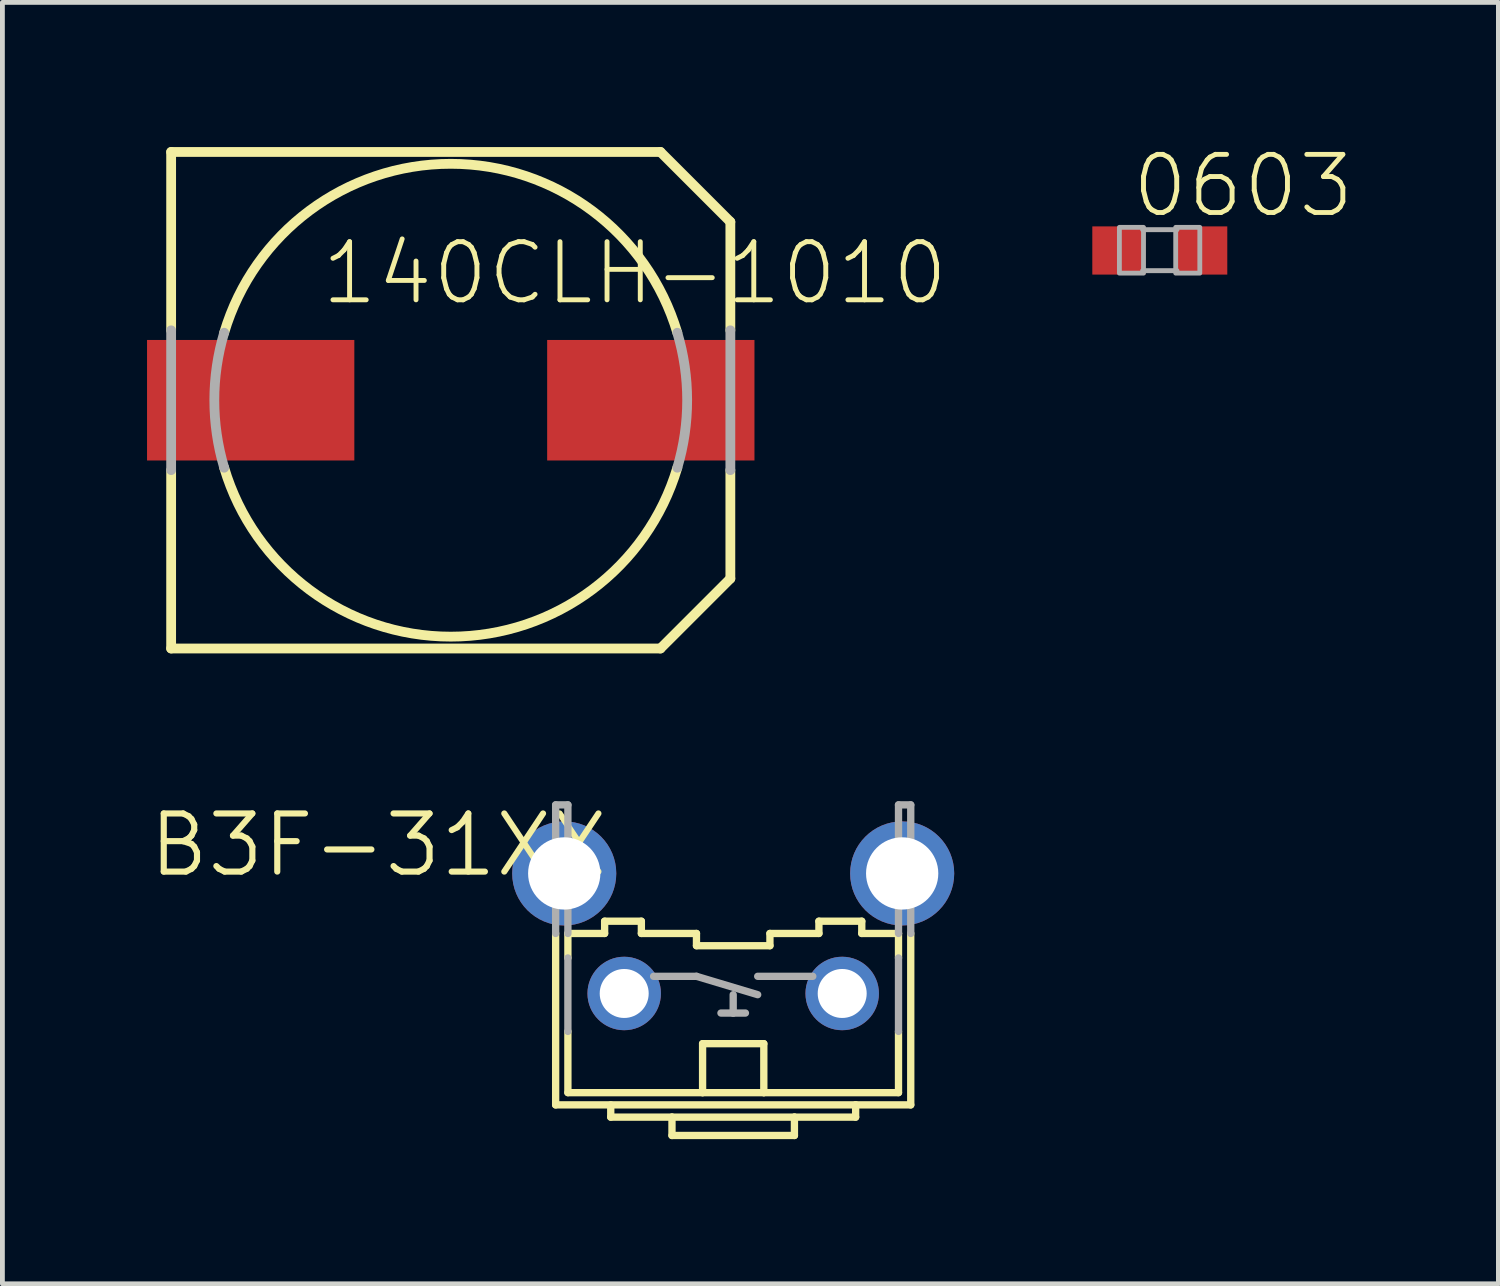
<source format=kicad_pcb>
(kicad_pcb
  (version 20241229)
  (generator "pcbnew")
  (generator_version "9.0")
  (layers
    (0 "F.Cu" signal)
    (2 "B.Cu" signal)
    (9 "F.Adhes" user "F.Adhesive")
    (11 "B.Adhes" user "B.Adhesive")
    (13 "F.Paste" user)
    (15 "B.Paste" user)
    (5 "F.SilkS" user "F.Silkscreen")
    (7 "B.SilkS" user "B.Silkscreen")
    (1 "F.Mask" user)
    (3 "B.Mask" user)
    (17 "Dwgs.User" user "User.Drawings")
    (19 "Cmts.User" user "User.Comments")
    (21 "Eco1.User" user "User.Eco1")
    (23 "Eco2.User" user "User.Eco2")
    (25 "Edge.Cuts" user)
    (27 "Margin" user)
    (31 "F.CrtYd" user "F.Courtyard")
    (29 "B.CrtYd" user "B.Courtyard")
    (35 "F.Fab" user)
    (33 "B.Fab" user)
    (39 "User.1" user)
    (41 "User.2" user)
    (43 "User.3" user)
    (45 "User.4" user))
  (footprint "B3F-31XX"
    (layer "F.Cu")
    (at 12.159 16.313)
    (property "Reference" "B3F-31XX" (at -2.54 -2.54 0) (layer "F.SilkS") (effects (font (size 1.206 1.206) (thickness 0.127)) (justify right top)))
    (attr through_hole)
    (fp_line (start -3.683 0) (end -3.683 3.556) (stroke (width 0.152) (type solid)) (layer "F.SilkS"))
    (fp_line (start -3.429 0) (end -2.667 0) (stroke (width 0.152) (type solid)) (layer "F.SilkS"))
    (fp_line (start -3.429 0.508) (end -3.429 0) (stroke (width 0.152) (type solid)) (layer "F.SilkS"))
    (fp_line (start -3.429 2.032) (end -3.429 3.302) (stroke (width 0.152) (type solid)) (layer "F.SilkS"))
    (fp_line (start -3.429 3.302) (end -0.635 3.302) (stroke (width 0.152) (type solid)) (layer "F.SilkS"))
    (fp_line (start -2.667 -0.254) (end -2.667 0) (stroke (width 0.152) (type solid)) (layer "F.SilkS"))
    (fp_line (start -2.667 -0.254) (end -1.905 -0.254) (stroke (width 0.152) (type solid)) (layer "F.SilkS"))
    (fp_line (start -2.54 3.556) (end -2.54 3.81) (stroke (width 0.152) (type solid)) (layer "F.SilkS"))
    (fp_line (start -2.54 3.81) (end -1.27 3.81) (stroke (width 0.152) (type solid)) (layer "F.SilkS"))
    (fp_line (start -1.905 0) (end -1.905 -0.254) (stroke (width 0.152) (type solid)) (layer "F.SilkS"))
    (fp_line (start -1.905 0) (end -0.762 0) (stroke (width 0.152) (type solid)) (layer "F.SilkS"))
    (fp_line (start -1.27 3.81) (end -1.27 4.191) (stroke (width 0.152) (type solid)) (layer "F.SilkS"))
    (fp_line (start -1.27 3.81) (end 1.27 3.81) (stroke (width 0.152) (type solid)) (layer "F.SilkS"))
    (fp_line (start -1.27 4.191) (end 1.27 4.191) (stroke (width 0.152) (type solid)) (layer "F.SilkS"))
    (fp_line (start -0.762 0.254) (end -0.762 0) (stroke (width 0.152) (type solid)) (layer "F.SilkS"))
    (fp_line (start -0.762 0.254) (end 0.762 0.254) (stroke (width 0.152) (type solid)) (layer "F.SilkS"))
    (fp_line (start -0.635 2.286) (end 0.635 2.286) (stroke (width 0.152) (type solid)) (layer "F.SilkS"))
    (fp_line (start -0.635 3.302) (end -0.635 2.286) (stroke (width 0.152) (type solid)) (layer "F.SilkS"))
    (fp_line (start -0.635 3.302) (end 0.635 3.302) (stroke (width 0.152) (type solid)) (layer "F.SilkS"))
    (fp_line (start 0.635 3.302) (end 0.635 2.286) (stroke (width 0.152) (type solid)) (layer "F.SilkS"))
    (fp_line (start 0.635 3.302) (end 3.429 3.302) (stroke (width 0.152) (type solid)) (layer "F.SilkS"))
    (fp_line (start 0.762 0) (end 0.762 0.254) (stroke (width 0.152) (type solid)) (layer "F.SilkS"))
    (fp_line (start 0.762 0) (end 1.778 0) (stroke (width 0.152) (type solid)) (layer "F.SilkS"))
    (fp_line (start 1.27 3.81) (end 1.27 4.191) (stroke (width 0.152) (type solid)) (layer "F.SilkS"))
    (fp_line (start 1.27 3.81) (end 2.54 3.81) (stroke (width 0.152) (type solid)) (layer "F.SilkS"))
    (fp_line (start 1.778 -0.254) (end 2.667 -0.254) (stroke (width 0.152) (type solid)) (layer "F.SilkS"))
    (fp_line (start 1.778 0) (end 1.778 -0.254) (stroke (width 0.152) (type solid)) (layer "F.SilkS"))
    (fp_line (start 2.54 3.556) (end -3.683 3.556) (stroke (width 0.152) (type solid)) (layer "F.SilkS"))
    (fp_line (start 2.54 3.556) (end 2.54 3.81) (stroke (width 0.152) (type solid)) (layer "F.SilkS"))
    (fp_line (start 2.667 0) (end 2.667 -0.254) (stroke (width 0.152) (type solid)) (layer "F.SilkS"))
    (fp_line (start 2.667 0) (end 3.429 0) (stroke (width 0.152) (type solid)) (layer "F.SilkS"))
    (fp_line (start 3.429 0.508) (end 3.429 0) (stroke (width 0.152) (type solid)) (layer "F.SilkS"))
    (fp_line (start 3.429 2.032) (end 3.429 3.302) (stroke (width 0.152) (type solid)) (layer "F.SilkS"))
    (fp_line (start 3.683 0) (end 3.683 3.556) (stroke (width 0.152) (type solid)) (layer "F.SilkS"))
    (fp_line (start 3.683 3.556) (end 2.54 3.556) (stroke (width 0.152) (type solid)) (layer "F.SilkS"))
    (fp_line (start -3.683 -2.667) (end -3.429 -2.667) (stroke (width 0.152) (type solid)) (layer "F.Fab"))
    (fp_line (start -3.683 0) (end -3.683 -2.667) (stroke (width 0.152) (type solid)) (layer "F.Fab"))
    (fp_line (start -3.429 -2.667) (end -3.429 0) (stroke (width 0.152) (type solid)) (layer "F.Fab"))
    (fp_line (start -3.429 0.508) (end -3.429 2.032) (stroke (width 0.152) (type solid)) (layer "F.Fab"))
    (fp_line (start -1.651 0.889) (end -0.762 0.889) (stroke (width 0.152) (type solid)) (layer "F.Fab"))
    (fp_line (start -0.762 0.889) (end 0.508 1.27) (stroke (width 0.152) (type solid)) (layer "F.Fab"))
    (fp_line (start -0.254 1.651) (end 0 1.651) (stroke (width 0.152) (type solid)) (layer "F.Fab"))
    (fp_line (start 0 1.27) (end 0 1.651) (stroke (width 0.152) (type solid)) (layer "F.Fab"))
    (fp_line (start 0 1.651) (end 0.254 1.651) (stroke (width 0.152) (type solid)) (layer "F.Fab"))
    (fp_line (start 0.508 0.889) (end 1.651 0.889) (stroke (width 0.152) (type solid)) (layer "F.Fab"))
    (fp_line (start 3.429 -2.667) (end 3.683 -2.667) (stroke (width 0.152) (type solid)) (layer "F.Fab"))
    (fp_line (start 3.429 0) (end 3.429 -2.667) (stroke (width 0.152) (type solid)) (layer "F.Fab"))
    (fp_line (start 3.429 0.508) (end 3.429 2.032) (stroke (width 0.152) (type solid)) (layer "F.Fab"))
    (fp_line (start 3.683 -2.667) (end 3.683 0) (stroke (width 0.152) (type solid)) (layer "F.Fab"))
    (pad "1" thru_hole circle (at -2.261 1.245) (size 1.524 1.524) (drill 1.016) (layers "*.Cu" "*.Mask"))
    (pad "2" thru_hole circle (at 2.261 1.245) (size 1.524 1.524) (drill 1.016) (layers "*.Cu" "*.Mask"))
    (pad "3" thru_hole circle (at -3.505 -1.245) (size 2.159 2.159) (drill 1.499) (layers "*.Cu" "*.Mask"))
    (pad "4" thru_hole circle (at 3.505 -1.245) (size 2.159 2.159) (drill 1.499) (layers "*.Cu" "*.Mask")))
  (footprint "0603"
    (layer "F.Cu")
    (at 21.008 2.146)
    (property "Reference" "0603" (at -0.635 -0.635 0) (layer "F.SilkS") (effects (font (size 1.206 1.206) (thickness 0.102)) (justify left bottom)))
    (attr through_hole)
    (fp_line (start -0.356 -0.432) (end 0.356 -0.432) (stroke (width 0.102) (type solid)) (layer "F.Fab"))
    (fp_line (start -0.356 0.419) (end 0.356 0.419) (stroke (width 0.102) (type solid)) (layer "F.Fab"))
    (fp_poly (pts (xy -0.838 0.47) (xy -0.338 0.47) (xy -0.338 -0.48) (xy -0.838 -0.48)) (stroke (width 0.1) (type solid)) (fill no) (layer "F.Fab"))
    (fp_poly (pts (xy 0.33 0.47) (xy 0.83 0.47) (xy 0.83 -0.48) (xy 0.33 -0.48)) (stroke (width 0.1) (type solid)) (fill no) (layer "F.Fab"))
    (pad "1" smd rect (at -0.85 0) (size 1.1 1) (layers "F.Cu" "F.Mask" "F.Paste"))
    (pad "2" smd rect (at 0.85 0) (size 1.1 1) (layers "F.Cu" "F.Mask" "F.Paste")))
  (footprint "140CLH-1010"
    (layer "F.Cu")
    (at 6.3 5.252)
    (property "Reference" "140CLH-1010" (at -2.74 -1.93 0) (layer "F.SilkS") (effects (font (size 1.206 1.206) (thickness 0.102)) (justify left bottom)))
    (attr through_hole)
    (fp_line (start -5.8 -5.15) (end 4.35 -5.15) (stroke (width 0.203) (type solid)) (layer "F.SilkS"))
    (fp_line (start -5.8 -1.45) (end -5.8 -5.15) (stroke (width 0.203) (type solid)) (layer "F.SilkS"))
    (fp_line (start -5.8 5.15) (end -5.8 1.45) (stroke (width 0.203) (type solid)) (layer "F.SilkS"))
    (fp_line (start 4.35 5.15) (end -5.8 5.15) (stroke (width 0.203) (type solid)) (layer "F.SilkS"))
    (fp_line (start 5.8 -3.7) (end 4.35 -5.15) (stroke (width 0.203) (type solid)) (layer "F.SilkS"))
    (fp_line (start 5.8 -3.7) (end 5.8 -1.45) (stroke (width 0.203) (type solid)) (layer "F.SilkS"))
    (fp_line (start 5.8 1.45) (end 5.8 3.7) (stroke (width 0.203) (type solid)) (layer "F.SilkS"))
    (fp_line (start 5.8 3.7) (end 4.35 5.15) (stroke (width 0.203) (type solid)) (layer "F.SilkS"))
    (fp_arc (start -4.7 -1.4) (mid 0 -4.90408) (end 4.7 -1.4) (stroke (width 0.2032) (type solid)) (layer "F.SilkS"))
    (fp_arc (start 4.7 1.4) (mid 0 4.90408) (end -4.7 1.4) (stroke (width 0.2032) (type solid)) (layer "F.SilkS"))
    (fp_line (start -5.8 1.45) (end -5.8 -1.45) (stroke (width 0.203) (type solid)) (layer "F.Fab"))
    (fp_line (start 5.8 -1.45) (end 5.8 1.45) (stroke (width 0.203) (type solid)) (layer "F.Fab"))
    (fp_arc (start -4.7 1.4) (mid -4.90408 0) (end -4.7 -1.4) (stroke (width 0.2032) (type solid)) (layer "F.Fab"))
    (fp_arc (start 4.7 -1.4) (mid 4.90408 0) (end 4.7 1.4) (stroke (width 0.2032) (type solid)) (layer "F.Fab"))
    (pad "+" smd rect (at 4.15 0) (size 4.3 2.5) (layers "F.Cu" "F.Mask" "F.Paste"))
    (pad "-" smd rect (at -4.15 0) (size 4.3 2.5) (layers "F.Cu" "F.Mask" "F.Paste")))
  (gr_rect
    (start -3 -3)
    (end 28.032 23.58)
    (stroke (width 0.1) (type default))
    (fill no)
    (layer "Edge.Cuts")))
</source>
